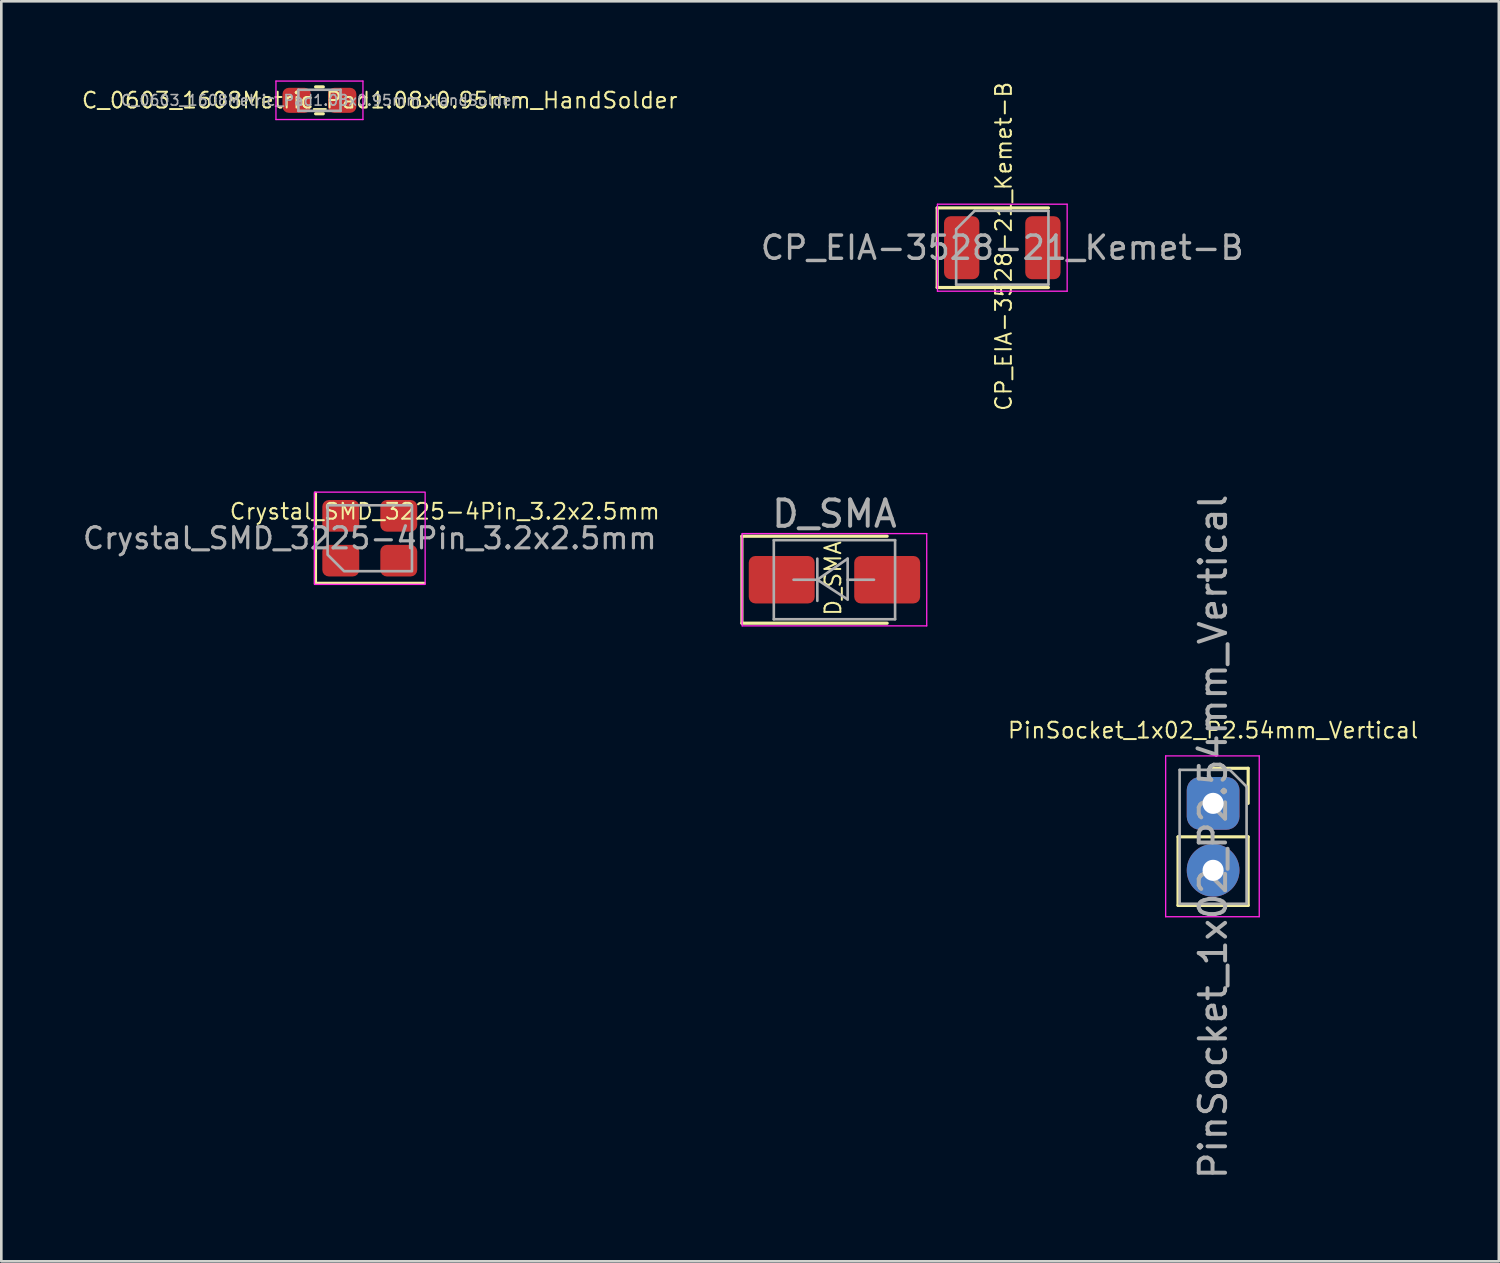
<source format=kicad_pcb>
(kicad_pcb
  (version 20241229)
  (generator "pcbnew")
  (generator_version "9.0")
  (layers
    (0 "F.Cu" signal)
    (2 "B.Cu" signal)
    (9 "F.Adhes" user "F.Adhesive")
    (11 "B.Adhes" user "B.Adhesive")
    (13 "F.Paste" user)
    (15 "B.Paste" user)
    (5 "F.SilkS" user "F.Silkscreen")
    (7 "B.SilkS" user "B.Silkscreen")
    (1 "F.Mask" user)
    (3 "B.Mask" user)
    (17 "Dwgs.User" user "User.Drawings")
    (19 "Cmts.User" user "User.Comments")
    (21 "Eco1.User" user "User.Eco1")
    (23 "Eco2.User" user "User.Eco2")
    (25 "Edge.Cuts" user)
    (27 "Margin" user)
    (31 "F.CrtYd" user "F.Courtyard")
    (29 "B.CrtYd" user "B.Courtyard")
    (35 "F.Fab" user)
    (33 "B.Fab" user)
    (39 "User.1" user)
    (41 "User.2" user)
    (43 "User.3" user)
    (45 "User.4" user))
  (footprint "Crystal_SMD_3225-4Pin_3.2x2.5mm"
    (layer "F.Cu")
    (at 10.976 17.366)
    (property "Reference" "Crystal_SMD_3225-4Pin_3.2x2.5mm" (at 2.845 -1.016 180) (layer "F.SilkS") (effects (font (size 0.6 0.6) (thickness 0.075))))
    (attr smd)
    (fp_line (start -2.06 -1.71) (end -2.06 1.71) (stroke (width 0.12) (type solid)) (layer "F.SilkS"))
    (fp_line (start -2.06 1.71) (end 2.06 1.71) (stroke (width 0.12) (type solid)) (layer "F.SilkS"))
    (fp_poly (pts (xy -2.1 -1.75) (xy 2.1 -1.75) (xy 2.1 1.75) (xy -2.1 1.75)) (stroke (width 0.05) (type solid)) (fill no) (layer "F.CrtYd"))
    (fp_poly (pts (xy -1.6 -1.25) (xy -1.6 0.625) (xy -0.975 1.25) (xy 1.6 1.25) (xy 1.6 -1.25)) (stroke (width 0.1) (type solid)) (fill no) (layer "F.Fab"))
    (fp_text user "${REFERENCE}" (at 0 0 180) (layer "F.Fab") (effects (font (size 0.8 0.8) (thickness 0.12))))
    (pad "1" smd roundrect (at -1.1 0.85) (size 1.4 1.2) (layers "F.Cu" "F.Mask" "F.Paste") (roundrect_rratio 0.208))
    (pad "2" smd roundrect (at 1.1 0.85) (size 1.4 1.2) (layers "F.Cu" "F.Mask" "F.Paste") (roundrect_rratio 0.208))
    (pad "3" smd roundrect (at 1.1 -0.85) (size 1.4 1.2) (layers "F.Cu" "F.Mask" "F.Paste") (roundrect_rratio 0.208))
    (pad "4" smd roundrect (at -1.1 -0.85) (size 1.4 1.2) (layers "F.Cu" "F.Mask" "F.Paste") (roundrect_rratio 0.208)))
  (footprint "D_SMA"
    (layer "F.Cu")
    (at 28.601 18.939)
    (property "Reference" "D_SMA" (at -0.051 -0.051 90) (layer "F.SilkS") (effects (font (size 0.6 0.6) (thickness 0.075))))
    (attr smd)
    (fp_line (start -3.51 -1.65) (end -3.51 1.65) (stroke (width 0.12) (type solid)) (layer "F.SilkS"))
    (fp_line (start -3.51 -1.65) (end 2 -1.65) (stroke (width 0.12) (type solid)) (layer "F.SilkS"))
    (fp_line (start -3.51 1.65) (end 2 1.65) (stroke (width 0.12) (type solid)) (layer "F.SilkS"))
    (fp_line (start -3.5 -1.75) (end 3.5 -1.75) (stroke (width 0.05) (type solid)) (layer "F.CrtYd"))
    (fp_line (start -3.5 1.75) (end -3.5 -1.75) (stroke (width 0.05) (type solid)) (layer "F.CrtYd"))
    (fp_line (start 3.5 -1.75) (end 3.5 1.75) (stroke (width 0.05) (type solid)) (layer "F.CrtYd"))
    (fp_line (start 3.5 1.75) (end -3.5 1.75) (stroke (width 0.05) (type solid)) (layer "F.CrtYd"))
    (fp_line (start -2.3 1.5) (end -2.3 -1.5) (stroke (width 0.1) (type solid)) (layer "F.Fab"))
    (fp_line (start -0.649 -0.799) (end -0.649 0.801) (stroke (width 0.1) (type solid)) (layer "F.Fab"))
    (fp_line (start -0.649 0.001) (end -1.551 0.001) (stroke (width 0.1) (type solid)) (layer "F.Fab"))
    (fp_line (start -0.649 0.001) (end 0.501 -0.799) (stroke (width 0.1) (type solid)) (layer "F.Fab"))
    (fp_line (start -0.649 0.001) (end 0.501 0.75) (stroke (width 0.1) (type solid)) (layer "F.Fab"))
    (fp_line (start 0.501 0.001) (end 1.499 0.001) (stroke (width 0.1) (type solid)) (layer "F.Fab"))
    (fp_line (start 0.501 0.75) (end 0.501 -0.799) (stroke (width 0.1) (type solid)) (layer "F.Fab"))
    (fp_line (start 2.3 -1.5) (end -2.3 -1.5) (stroke (width 0.1) (type solid)) (layer "F.Fab"))
    (fp_line (start 2.3 -1.5) (end 2.3 1.5) (stroke (width 0.1) (type solid)) (layer "F.Fab"))
    (fp_line (start 2.3 1.5) (end -2.3 1.5) (stroke (width 0.1) (type solid)) (layer "F.Fab"))
    (fp_text user "${REFERENCE}" (at 0 -2.5 0) (layer "F.Fab") (effects (font (size 1 1) (thickness 0.15))))
    (pad "1" smd roundrect (at -2 0 180) (size 2.5 1.8) (layers "F.Cu" "F.Mask" "F.Paste") (roundrect_rratio 0.139))
    (pad "2" smd roundrect (at 2 0 180) (size 2.5 1.8) (layers "F.Cu" "F.Mask" "F.Paste") (roundrect_rratio 0.139)))
  (footprint "CP_EIA-3528-21_Kemet-B"
    (layer "F.Cu")
    (at 34.968 6.346)
    (property "Reference" "CP_EIA-3528-21_Kemet-B" (at 0.051 -0.051 90) (layer "F.SilkS") (effects (font (size 0.6 0.6) (thickness 0.075))))
    (attr smd)
    (fp_line (start -2.47 -1.51) (end -2.47 1.51) (stroke (width 0.12) (type solid)) (layer "F.SilkS"))
    (fp_line (start -2.47 1.51) (end 1.75 1.51) (stroke (width 0.12) (type solid)) (layer "F.SilkS"))
    (fp_line (start 1.75 -1.51) (end -2.47 -1.51) (stroke (width 0.12) (type solid)) (layer "F.SilkS"))
    (fp_line (start -2.46 -1.65) (end 2.46 -1.65) (stroke (width 0.05) (type solid)) (layer "F.CrtYd"))
    (fp_line (start -2.46 1.65) (end -2.46 -1.65) (stroke (width 0.05) (type solid)) (layer "F.CrtYd"))
    (fp_line (start 2.46 -1.65) (end 2.46 1.65) (stroke (width 0.05) (type solid)) (layer "F.CrtYd"))
    (fp_line (start 2.46 1.65) (end -2.46 1.65) (stroke (width 0.05) (type solid)) (layer "F.CrtYd"))
    (fp_line (start -1.75 -0.7) (end -1.75 1.4) (stroke (width 0.1) (type solid)) (layer "F.Fab"))
    (fp_line (start -1.75 1.4) (end 1.75 1.4) (stroke (width 0.1) (type solid)) (layer "F.Fab"))
    (fp_line (start -1.05 -1.4) (end -1.75 -0.7) (stroke (width 0.1) (type solid)) (layer "F.Fab"))
    (fp_line (start 1.75 -1.4) (end -1.05 -1.4) (stroke (width 0.1) (type solid)) (layer "F.Fab"))
    (fp_line (start 1.75 1.4) (end 1.75 -1.4) (stroke (width 0.1) (type solid)) (layer "F.Fab"))
    (fp_text user "${REFERENCE}" (at 0 0 0) (layer "F.Fab") (effects (font (size 0.88 0.88) (thickness 0.13))))
    (pad "1" smd roundrect (at -1.54 0 180) (size 1.34 2.39) (layers "F.Cu" "F.Mask" "F.Paste") (roundrect_rratio 0.187))
    (pad "2" smd roundrect (at 1.54 0 180) (size 1.34 2.39) (layers "F.Cu" "F.Mask" "F.Paste") (roundrect_rratio 0.187)))
  (footprint "PinSocket_1x02_P2.54mm_Vertical"
    (layer "F.Cu")
    (at 42.964 27.422)
    (property "Reference" "PinSocket_1x02_P2.54mm_Vertical" (at 0 -2.77 180) (layer "F.SilkS") (effects (font (size 0.6 0.6) (thickness 0.075))))
    (attr through_hole)
    (fp_line (start -1.33 1.27) (end -1.33 3.87) (stroke (width 0.12) (type solid)) (layer "F.SilkS"))
    (fp_line (start -1.33 1.27) (end 1.33 1.27) (stroke (width 0.12) (type solid)) (layer "F.SilkS"))
    (fp_line (start -1.33 3.87) (end 1.33 3.87) (stroke (width 0.12) (type solid)) (layer "F.SilkS"))
    (fp_line (start 0 -1.33) (end 1.33 -1.33) (stroke (width 0.12) (type solid)) (layer "F.SilkS"))
    (fp_line (start 1.33 -1.33) (end 1.33 0) (stroke (width 0.12) (type solid)) (layer "F.SilkS"))
    (fp_line (start 1.33 1.27) (end 1.33 3.87) (stroke (width 0.12) (type solid)) (layer "F.SilkS"))
    (fp_line (start -1.8 -1.8) (end 1.75 -1.8) (stroke (width 0.05) (type solid)) (layer "F.CrtYd"))
    (fp_line (start -1.8 4.3) (end -1.8 -1.8) (stroke (width 0.05) (type solid)) (layer "F.CrtYd"))
    (fp_line (start 1.75 -1.8) (end 1.75 4.3) (stroke (width 0.05) (type solid)) (layer "F.CrtYd"))
    (fp_line (start 1.75 4.3) (end -1.8 4.3) (stroke (width 0.05) (type solid)) (layer "F.CrtYd"))
    (fp_line (start -1.27 -1.27) (end 0.635 -1.27) (stroke (width 0.1) (type solid)) (layer "F.Fab"))
    (fp_line (start -1.27 3.81) (end -1.27 -1.27) (stroke (width 0.1) (type solid)) (layer "F.Fab"))
    (fp_line (start 0.635 -1.27) (end 1.27 -0.635) (stroke (width 0.1) (type solid)) (layer "F.Fab"))
    (fp_line (start 1.27 -0.635) (end 1.27 3.81) (stroke (width 0.1) (type solid)) (layer "F.Fab"))
    (fp_line (start 1.27 3.81) (end -1.27 3.81) (stroke (width 0.1) (type solid)) (layer "F.Fab"))
    (fp_text user "${REFERENCE}" (at 0 1.27 90) (layer "F.Fab") (effects (font (size 1 1) (thickness 0.15))))
    (pad "1" thru_hole roundrect (at 0 0) (size 2 2) (drill 0.8) (layers "*.Cu" "*.Mask") (roundrect_rratio 0.25))
    (pad "2" thru_hole circle (at 0 2.54) (size 2 2) (drill 0.8) (layers "*.Cu" "*.Mask")))
  (footprint "C_0603_1608Metric_Pad1.08x0.95mm_HandSolder"
    (layer "F.Cu")
    (at 9.067 0.755)
    (property "Reference" "C_0603_1608Metric_Pad1.08x0.95mm_HandSolder" (at 2.286 0 0) (layer "F.SilkS") (effects (font (size 0.6 0.6) (thickness 0.075))))
    (attr smd)
    (fp_line (start -0.146 -0.51) (end 0.146 -0.51) (stroke (width 0.12) (type solid)) (layer "F.SilkS"))
    (fp_line (start -0.146 0.51) (end 0.146 0.51) (stroke (width 0.12) (type solid)) (layer "F.SilkS"))
    (fp_line (start -1.65 -0.73) (end 1.65 -0.73) (stroke (width 0.05) (type solid)) (layer "F.CrtYd"))
    (fp_line (start -1.65 0.73) (end -1.65 -0.73) (stroke (width 0.05) (type solid)) (layer "F.CrtYd"))
    (fp_line (start 1.65 -0.73) (end 1.65 0.73) (stroke (width 0.05) (type solid)) (layer "F.CrtYd"))
    (fp_line (start 1.65 0.73) (end -1.65 0.73) (stroke (width 0.05) (type solid)) (layer "F.CrtYd"))
    (fp_line (start -0.8 -0.4) (end 0.8 -0.4) (stroke (width 0.1) (type solid)) (layer "F.Fab"))
    (fp_line (start -0.8 0.4) (end -0.8 -0.4) (stroke (width 0.1) (type solid)) (layer "F.Fab"))
    (fp_line (start 0.8 -0.4) (end 0.8 0.4) (stroke (width 0.1) (type solid)) (layer "F.Fab"))
    (fp_line (start 0.8 0.4) (end -0.8 0.4) (stroke (width 0.1) (type solid)) (layer "F.Fab"))
    (fp_text user "${REFERENCE}" (at 0 0 0) (layer "F.Fab") (effects (font (size 0.4 0.4) (thickness 0.06))))
    (pad "1" smd roundrect (at -0.863 0 180) (size 1.075 0.95) (layers "F.Cu" "F.Mask" "F.Paste") (roundrect_rratio 0.25))
    (pad "2" smd roundrect (at 0.863 0 180) (size 1.075 0.95) (layers "F.Cu" "F.Mask" "F.Paste") (roundrect_rratio 0.25)))
  (gr_rect
    (start -3 -3)
    (end 53.802 44.793)
    (stroke (width 0.1) (type default))
    (fill no)
    (layer "Edge.Cuts")))
</source>
